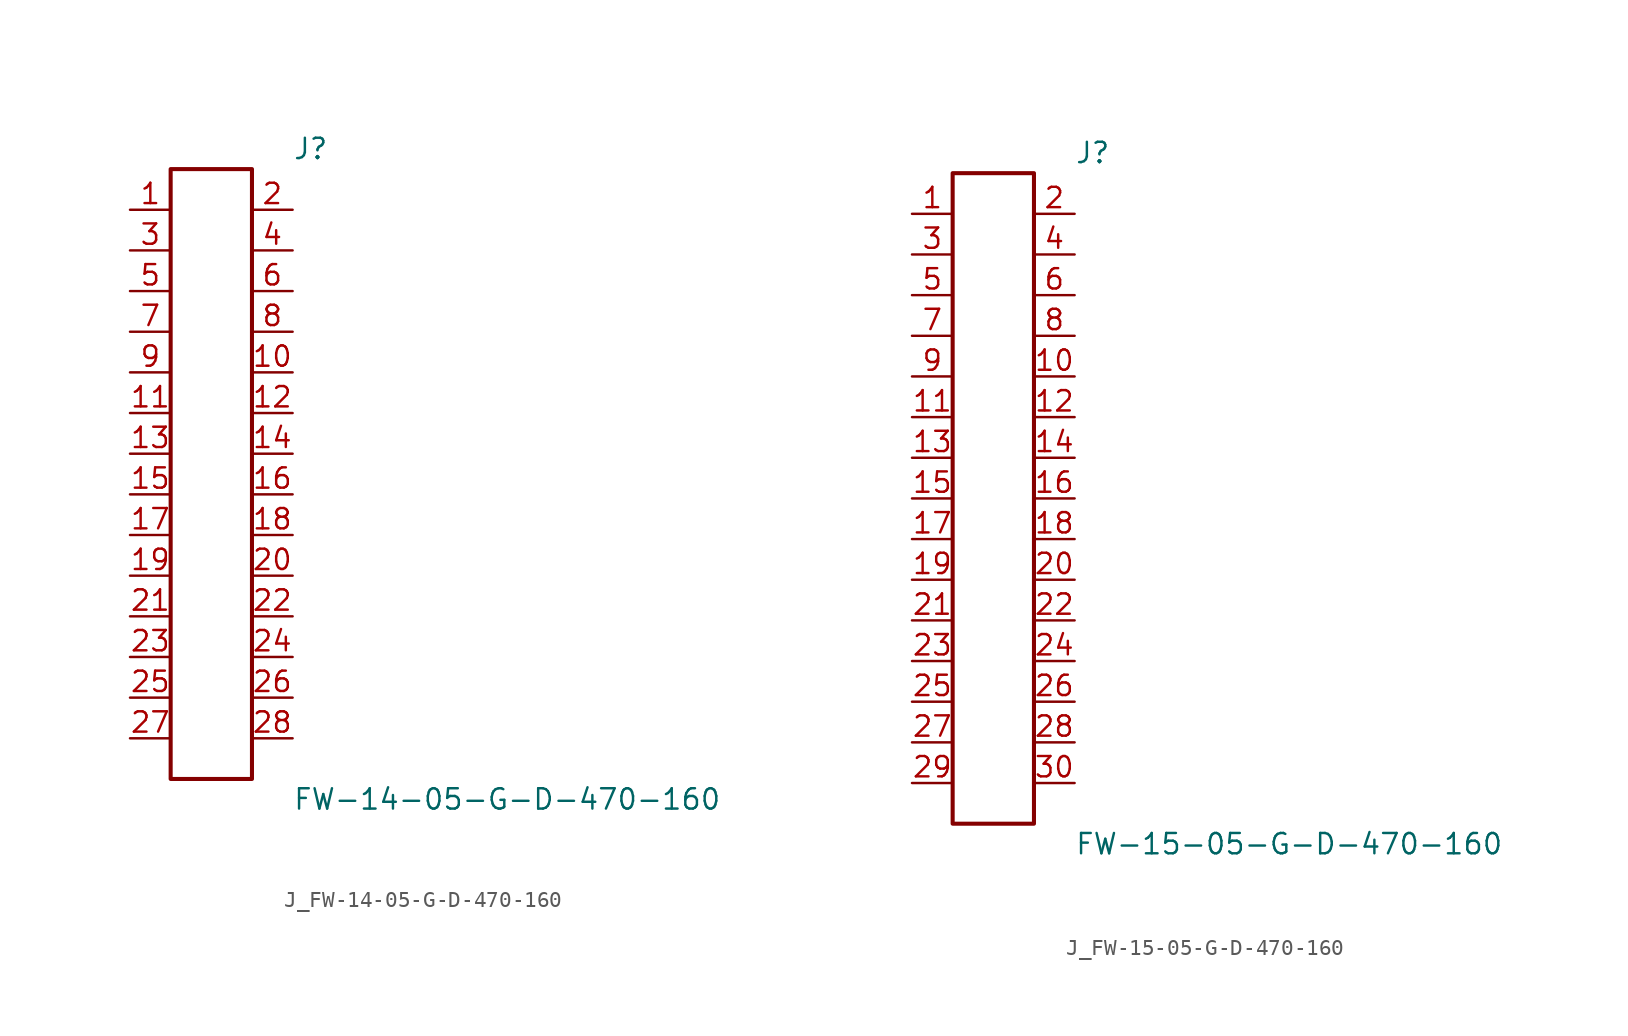
<source format=kicad_sym>
(kicad_symbol_lib
  (version 20231120)
  (generator kicad_symbol_editor)
  (generator_version 8.0)
  (symbol "J_FW-14-05-G-D-470-160"
    (pin_names
      (offset 0.254))
    (property "Reference" "J"
      (at 5.08 20.32 0)
      (effects (font (size 1.27 1.27)) (justify left)))
    (property "Value" "FW-14-05-G-D-470-160"
      (at 5.08 -20.32 0)
      (effects (font (size 1.27 1.27)) (justify left)))
    (symbol "J_FW-14-05-G-D-470-160_0_0"
      (pin unspecified line (at -5.08 16.51 0) (length 2.54) (name "" (effects (font (size 1.27 1.27)))) (number "1" (effects (font (size 1.27 1.27)))))
      (pin unspecified line (at 5.08 16.51 180) (length 2.54) (name "" (effects (font (size 1.27 1.27)))) (number "2" (effects (font (size 1.27 1.27)))))
      (pin unspecified line (at -5.08 13.97 0) (length 2.54) (name "" (effects (font (size 1.27 1.27)))) (number "3" (effects (font (size 1.27 1.27)))))
      (pin unspecified line (at 5.08 13.97 180) (length 2.54) (name "" (effects (font (size 1.27 1.27)))) (number "4" (effects (font (size 1.27 1.27)))))
      (pin unspecified line (at -5.08 11.43 0) (length 2.54) (name "" (effects (font (size 1.27 1.27)))) (number "5" (effects (font (size 1.27 1.27)))))
      (pin unspecified line (at 5.08 11.43 180) (length 2.54) (name "" (effects (font (size 1.27 1.27)))) (number "6" (effects (font (size 1.27 1.27)))))
      (pin unspecified line (at -5.08 8.89 0) (length 2.54) (name "" (effects (font (size 1.27 1.27)))) (number "7" (effects (font (size 1.27 1.27)))))
      (pin unspecified line (at 5.08 8.89 180) (length 2.54) (name "" (effects (font (size 1.27 1.27)))) (number "8" (effects (font (size 1.27 1.27)))))
      (pin unspecified line (at -5.08 6.35 0) (length 2.54) (name "" (effects (font (size 1.27 1.27)))) (number "9" (effects (font (size 1.27 1.27)))))
      (pin unspecified line (at 5.08 6.35 180) (length 2.54) (name "" (effects (font (size 1.27 1.27)))) (number "10" (effects (font (size 1.27 1.27)))))
      (pin unspecified line (at -5.08 3.81 0) (length 2.54) (name "" (effects (font (size 1.27 1.27)))) (number "11" (effects (font (size 1.27 1.27)))))
      (pin unspecified line (at 5.08 3.81 180) (length 2.54) (name "" (effects (font (size 1.27 1.27)))) (number "12" (effects (font (size 1.27 1.27)))))
      (pin unspecified line (at -5.08 1.27 0) (length 2.54) (name "" (effects (font (size 1.27 1.27)))) (number "13" (effects (font (size 1.27 1.27)))))
      (pin unspecified line (at 5.08 1.27 180) (length 2.54) (name "" (effects (font (size 1.27 1.27)))) (number "14" (effects (font (size 1.27 1.27)))))
      (pin unspecified line (at -5.08 -1.27 0) (length 2.54) (name "" (effects (font (size 1.27 1.27)))) (number "15" (effects (font (size 1.27 1.27)))))
      (pin unspecified line (at 5.08 -1.27 180) (length 2.54) (name "" (effects (font (size 1.27 1.27)))) (number "16" (effects (font (size 1.27 1.27)))))
      (pin unspecified line (at -5.08 -3.81 0) (length 2.54) (name "" (effects (font (size 1.27 1.27)))) (number "17" (effects (font (size 1.27 1.27)))))
      (pin unspecified line (at 5.08 -3.81 180) (length 2.54) (name "" (effects (font (size 1.27 1.27)))) (number "18" (effects (font (size 1.27 1.27)))))
      (pin unspecified line (at -5.08 -6.35 0) (length 2.54) (name "" (effects (font (size 1.27 1.27)))) (number "19" (effects (font (size 1.27 1.27)))))
      (pin unspecified line (at 5.08 -6.35 180) (length 2.54) (name "" (effects (font (size 1.27 1.27)))) (number "20" (effects (font (size 1.27 1.27)))))
      (pin unspecified line (at -5.08 -8.89 0) (length 2.54) (name "" (effects (font (size 1.27 1.27)))) (number "21" (effects (font (size 1.27 1.27)))))
      (pin unspecified line (at 5.08 -8.89 180) (length 2.54) (name "" (effects (font (size 1.27 1.27)))) (number "22" (effects (font (size 1.27 1.27)))))
      (pin unspecified line (at -5.08 -11.43 0) (length 2.54) (name "" (effects (font (size 1.27 1.27)))) (number "23" (effects (font (size 1.27 1.27)))))
      (pin unspecified line (at 5.08 -11.43 180) (length 2.54) (name "" (effects (font (size 1.27 1.27)))) (number "24" (effects (font (size 1.27 1.27)))))
      (pin unspecified line (at -5.08 -13.97 0) (length 2.54) (name "" (effects (font (size 1.27 1.27)))) (number "25" (effects (font (size 1.27 1.27)))))
      (pin unspecified line (at 5.08 -13.97 180) (length 2.54) (name "" (effects (font (size 1.27 1.27)))) (number "26" (effects (font (size 1.27 1.27)))))
      (pin unspecified line (at -5.08 -16.51 0) (length 2.54) (name "" (effects (font (size 1.27 1.27)))) (number "27" (effects (font (size 1.27 1.27)))))
      (pin unspecified line (at 5.08 -16.51 180) (length 2.54) (name "" (effects (font (size 1.27 1.27)))) (number "28" (effects (font (size 1.27 1.27))))))
    (symbol "J_FW-14-05-G-D-470-160_1_0"
      (rectangle (start -2.54 19.05) (end 2.54 -19.05) (stroke (width 0.254) (type solid)) (fill (type none)))))
  (symbol "J_FW-15-05-G-D-470-160"
    (pin_names
      (offset 0.254))
    (property "Reference" "J"
      (at 5.08 21.59 0)
      (effects (font (size 1.27 1.27)) (justify left)))
    (property "Value" "FW-15-05-G-D-470-160"
      (at 5.08 -21.59 0)
      (effects (font (size 1.27 1.27)) (justify left)))
    (symbol "J_FW-15-05-G-D-470-160_0_0"
      (pin unspecified line (at -5.08 17.78 0) (length 2.54) (name "" (effects (font (size 1.27 1.27)))) (number "1" (effects (font (size 1.27 1.27)))))
      (pin unspecified line (at 5.08 17.78 180) (length 2.54) (name "" (effects (font (size 1.27 1.27)))) (number "2" (effects (font (size 1.27 1.27)))))
      (pin unspecified line (at -5.08 15.24 0) (length 2.54) (name "" (effects (font (size 1.27 1.27)))) (number "3" (effects (font (size 1.27 1.27)))))
      (pin unspecified line (at 5.08 15.24 180) (length 2.54) (name "" (effects (font (size 1.27 1.27)))) (number "4" (effects (font (size 1.27 1.27)))))
      (pin unspecified line (at -5.08 12.7 0) (length 2.54) (name "" (effects (font (size 1.27 1.27)))) (number "5" (effects (font (size 1.27 1.27)))))
      (pin unspecified line (at 5.08 12.7 180) (length 2.54) (name "" (effects (font (size 1.27 1.27)))) (number "6" (effects (font (size 1.27 1.27)))))
      (pin unspecified line (at -5.08 10.16 0) (length 2.54) (name "" (effects (font (size 1.27 1.27)))) (number "7" (effects (font (size 1.27 1.27)))))
      (pin unspecified line (at 5.08 10.16 180) (length 2.54) (name "" (effects (font (size 1.27 1.27)))) (number "8" (effects (font (size 1.27 1.27)))))
      (pin unspecified line (at -5.08 7.62 0) (length 2.54) (name "" (effects (font (size 1.27 1.27)))) (number "9" (effects (font (size 1.27 1.27)))))
      (pin unspecified line (at 5.08 7.62 180) (length 2.54) (name "" (effects (font (size 1.27 1.27)))) (number "10" (effects (font (size 1.27 1.27)))))
      (pin unspecified line (at -5.08 5.08 0) (length 2.54) (name "" (effects (font (size 1.27 1.27)))) (number "11" (effects (font (size 1.27 1.27)))))
      (pin unspecified line (at 5.08 5.08 180) (length 2.54) (name "" (effects (font (size 1.27 1.27)))) (number "12" (effects (font (size 1.27 1.27)))))
      (pin unspecified line (at -5.08 2.54 0) (length 2.54) (name "" (effects (font (size 1.27 1.27)))) (number "13" (effects (font (size 1.27 1.27)))))
      (pin unspecified line (at 5.08 2.54 180) (length 2.54) (name "" (effects (font (size 1.27 1.27)))) (number "14" (effects (font (size 1.27 1.27)))))
      (pin unspecified line (at -5.08 0.0 0) (length 2.54) (name "" (effects (font (size 1.27 1.27)))) (number "15" (effects (font (size 1.27 1.27)))))
      (pin unspecified line (at 5.08 0.0 180) (length 2.54) (name "" (effects (font (size 1.27 1.27)))) (number "16" (effects (font (size 1.27 1.27)))))
      (pin unspecified line (at -5.08 -2.54 0) (length 2.54) (name "" (effects (font (size 1.27 1.27)))) (number "17" (effects (font (size 1.27 1.27)))))
      (pin unspecified line (at 5.08 -2.54 180) (length 2.54) (name "" (effects (font (size 1.27 1.27)))) (number "18" (effects (font (size 1.27 1.27)))))
      (pin unspecified line (at -5.08 -5.08 0) (length 2.54) (name "" (effects (font (size 1.27 1.27)))) (number "19" (effects (font (size 1.27 1.27)))))
      (pin unspecified line (at 5.08 -5.08 180) (length 2.54) (name "" (effects (font (size 1.27 1.27)))) (number "20" (effects (font (size 1.27 1.27)))))
      (pin unspecified line (at -5.08 -7.62 0) (length 2.54) (name "" (effects (font (size 1.27 1.27)))) (number "21" (effects (font (size 1.27 1.27)))))
      (pin unspecified line (at 5.08 -7.62 180) (length 2.54) (name "" (effects (font (size 1.27 1.27)))) (number "22" (effects (font (size 1.27 1.27)))))
      (pin unspecified line (at -5.08 -10.16 0) (length 2.54) (name "" (effects (font (size 1.27 1.27)))) (number "23" (effects (font (size 1.27 1.27)))))
      (pin unspecified line (at 5.08 -10.16 180) (length 2.54) (name "" (effects (font (size 1.27 1.27)))) (number "24" (effects (font (size 1.27 1.27)))))
      (pin unspecified line (at -5.08 -12.7 0) (length 2.54) (name "" (effects (font (size 1.27 1.27)))) (number "25" (effects (font (size 1.27 1.27)))))
      (pin unspecified line (at 5.08 -12.7 180) (length 2.54) (name "" (effects (font (size 1.27 1.27)))) (number "26" (effects (font (size 1.27 1.27)))))
      (pin unspecified line (at -5.08 -15.24 0) (length 2.54) (name "" (effects (font (size 1.27 1.27)))) (number "27" (effects (font (size 1.27 1.27)))))
      (pin unspecified line (at 5.08 -15.24 180) (length 2.54) (name "" (effects (font (size 1.27 1.27)))) (number "28" (effects (font (size 1.27 1.27)))))
      (pin unspecified line (at -5.08 -17.78 0) (length 2.54) (name "" (effects (font (size 1.27 1.27)))) (number "29" (effects (font (size 1.27 1.27)))))
      (pin unspecified line (at 5.08 -17.78 180) (length 2.54) (name "" (effects (font (size 1.27 1.27)))) (number "30" (effects (font (size 1.27 1.27))))))
    (symbol "J_FW-15-05-G-D-470-160_1_0"
      (rectangle (start -2.54 20.32) (end 2.54 -20.32) (stroke (width 0.254) (type solid)) (fill (type none))))))
</source>
